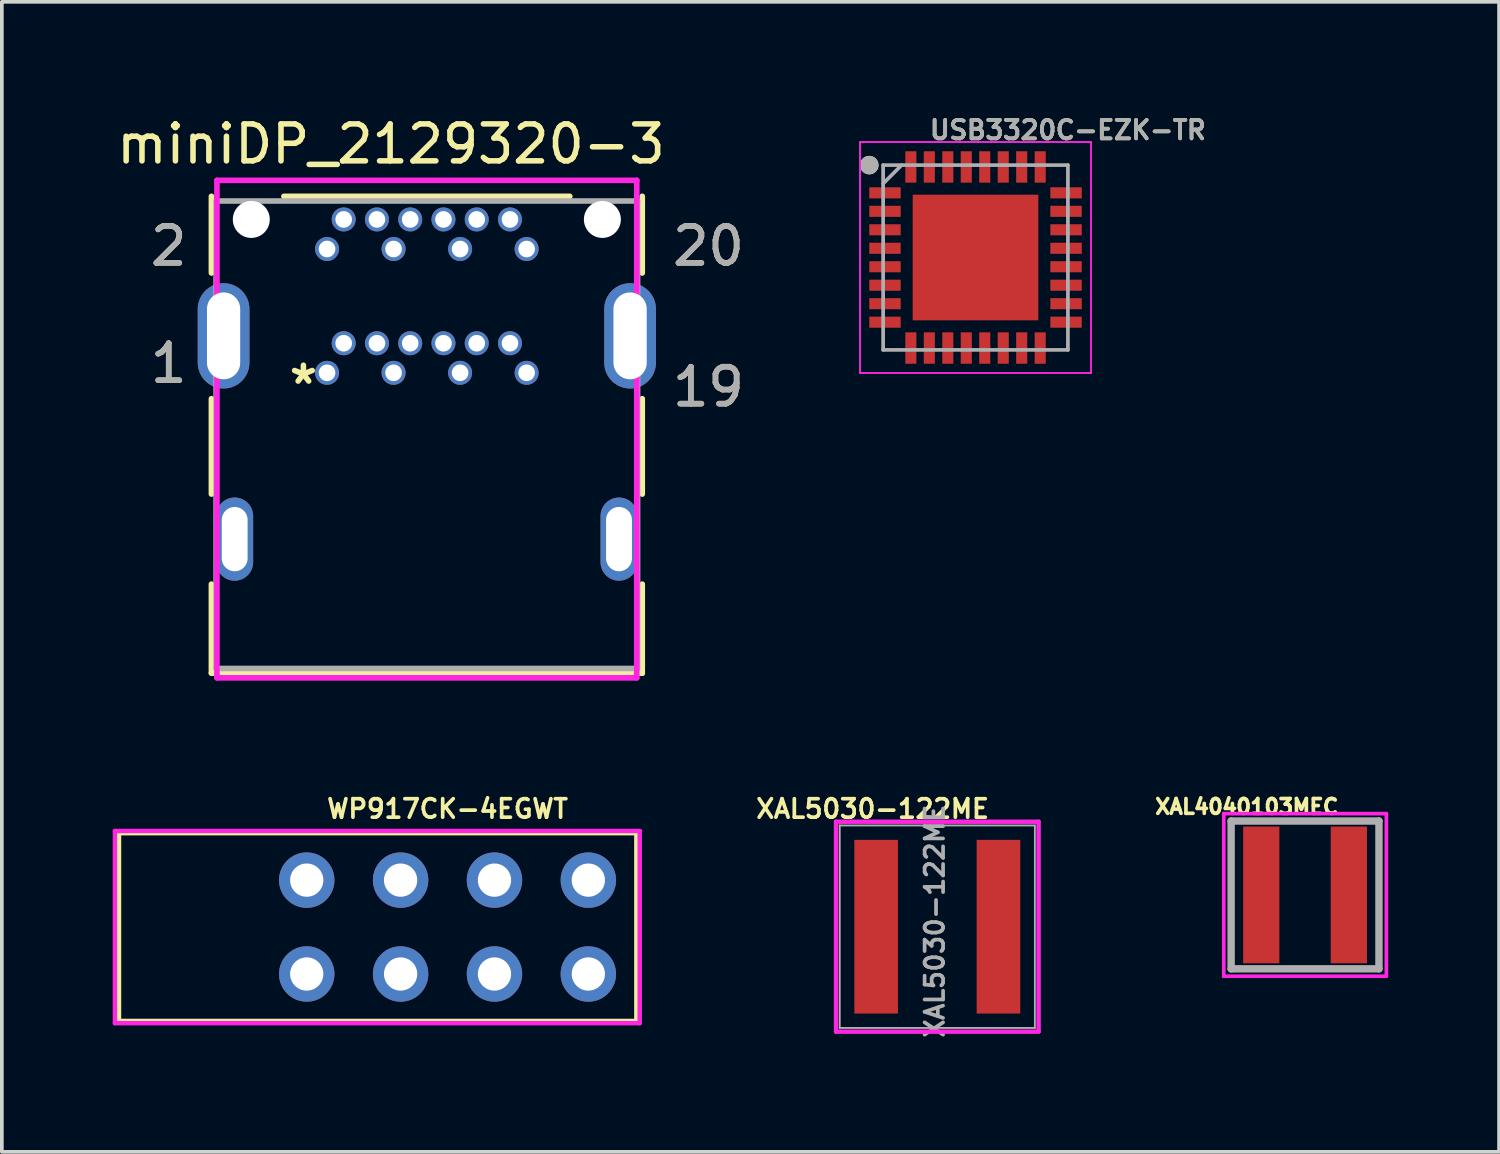
<source format=kicad_pcb>
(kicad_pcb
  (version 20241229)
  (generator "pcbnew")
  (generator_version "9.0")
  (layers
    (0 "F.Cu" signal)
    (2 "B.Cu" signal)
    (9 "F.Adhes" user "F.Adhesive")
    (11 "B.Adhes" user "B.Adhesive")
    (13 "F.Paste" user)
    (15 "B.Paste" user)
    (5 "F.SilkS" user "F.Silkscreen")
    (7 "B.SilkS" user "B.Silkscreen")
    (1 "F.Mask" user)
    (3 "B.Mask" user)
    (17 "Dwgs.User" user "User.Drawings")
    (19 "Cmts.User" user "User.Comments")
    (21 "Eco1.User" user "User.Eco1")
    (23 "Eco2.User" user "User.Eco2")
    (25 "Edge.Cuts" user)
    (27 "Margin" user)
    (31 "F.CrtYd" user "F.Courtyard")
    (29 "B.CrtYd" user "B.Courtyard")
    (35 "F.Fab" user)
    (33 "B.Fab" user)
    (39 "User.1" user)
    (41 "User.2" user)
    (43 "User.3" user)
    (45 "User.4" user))
  (footprint "WP917CK-4EGWT"
    (layer "F.Cu")
    (at 9.06 22.036)
    (property "Reference" "WP917CK-4EGWT" (at 0 -3.2 0) (layer "F.SilkS") (effects (font (size 0.5 0.5) (thickness 0.1))))
    (attr through_hole)
    (fp_line (start -8.89 -2.54) (end 5.11 -2.54) (stroke (width 0.12) (type solid)) (layer "F.SilkS"))
    (fp_line (start -8.89 2.54) (end -8.89 -2.54) (stroke (width 0.12) (type solid)) (layer "F.SilkS"))
    (fp_line (start -8.89 2.54) (end 5.11 2.54) (stroke (width 0.12) (type solid)) (layer "F.SilkS"))
    (fp_line (start 5.11 -2.54) (end 5.11 2.54) (stroke (width 0.12) (type solid)) (layer "F.SilkS"))
    (fp_line (start -9 -2.6) (end 5.2 -2.6) (stroke (width 0.12) (type solid)) (layer "F.CrtYd"))
    (fp_line (start -9 2.6) (end -9 -2.6) (stroke (width 0.12) (type solid)) (layer "F.CrtYd"))
    (fp_line (start 5.2 -2.6) (end 5.2 2.6) (stroke (width 0.12) (type solid)) (layer "F.CrtYd"))
    (fp_line (start 5.2 2.6) (end -9 2.6) (stroke (width 0.12) (type solid)) (layer "F.CrtYd"))
    (pad "1" thru_hole circle (at 3.81 1.27) (size 1.5 1.5) (drill 0.9) (layers "*.Cu" "*.Mask"))
    (pad "2" thru_hole circle (at 3.81 -1.27) (size 1.5 1.5) (drill 0.9) (layers "*.Cu" "*.Mask"))
    (pad "3" thru_hole circle (at 1.27 1.27) (size 1.5 1.5) (drill 0.9) (layers "*.Cu" "*.Mask"))
    (pad "4" thru_hole circle (at 1.27 -1.27) (size 1.5 1.5) (drill 0.9) (layers "*.Cu" "*.Mask"))
    (pad "5" thru_hole circle (at -1.27 1.27) (size 1.5 1.5) (drill 0.9) (layers "*.Cu" "*.Mask"))
    (pad "6" thru_hole circle (at -1.27 -1.27) (size 1.5 1.5) (drill 0.9) (layers "*.Cu" "*.Mask"))
    (pad "7" thru_hole circle (at -3.81 1.27) (size 1.5 1.5) (drill 0.9) (layers "*.Cu" "*.Mask"))
    (pad "8" thru_hole circle (at -3.81 -1.27) (size 1.5 1.5) (drill 0.9) (layers "*.Cu" "*.Mask")))
  (footprint "XAL5030-122ME"
    (layer "F.Cu")
    (at 22.313 22.026)
    (property "Reference" "XAL5030-122ME" (at -1.75 -3.19 0) (layer "F.SilkS") (effects (font (size 0.5 0.5) (thickness 0.1))))
    (attr through_hole)
    (fp_line (start -2.74 -2.84) (end 2.74 -2.84) (stroke (width 0.12) (type solid)) (layer "F.CrtYd"))
    (fp_line (start -2.74 2.84) (end -2.74 -2.84) (stroke (width 0.12) (type solid)) (layer "F.CrtYd"))
    (fp_line (start 2.74 -2.84) (end 2.74 2.84) (stroke (width 0.12) (type solid)) (layer "F.CrtYd"))
    (fp_line (start 2.74 2.84) (end -2.74 2.84) (stroke (width 0.12) (type solid)) (layer "F.CrtYd"))
    (fp_line (start -2.64 -2.74) (end 2.64 -2.74) (stroke (width 0.05) (type solid)) (layer "F.Fab"))
    (fp_line (start -2.64 2.74) (end -2.64 -2.74) (stroke (width 0.05) (type solid)) (layer "F.Fab"))
    (fp_line (start 2.64 -2.74) (end 2.64 2.74) (stroke (width 0.05) (type solid)) (layer "F.Fab"))
    (fp_line (start 2.64 2.74) (end -2.64 2.74) (stroke (width 0.05) (type solid)) (layer "F.Fab"))
    (fp_text user "${REFERENCE}" (at -0.07 -0.15 90) (layer "F.Fab") (effects (font (size 0.5 0.5) (thickness 0.1))))
    (pad "1" smd rect (at -1.655 0) (size 1.18 4.7) (layers "F.Cu" "F.Mask" "F.Paste"))
    (pad "2" smd rect (at 1.655 0) (size 1.18 4.7) (layers "F.Cu" "F.Mask" "F.Paste")))
  (footprint "USB3320C-EZK-TR"
    (layer "F.Cu")
    (at 23.347 3.918)
    (property "Reference" "USB3320C-EZK-TR" (at 2.5 -3.45 0) (layer "F.SilkS") (effects (font (size 0.5 0.5) (thickness 0.1))))
    (attr smd)
    (fp_circle (center -2.875 -2.5) (end -2.875 -2.375) (stroke (width 0.25) (type solid)) (fill no) (layer "F.SilkS"))
    (fp_line (start -3.125 -3.125) (end 3.125 -3.125) (stroke (width 0.05) (type solid)) (layer "F.CrtYd"))
    (fp_line (start -3.125 3.125) (end -3.125 -3.125) (stroke (width 0.05) (type solid)) (layer "F.CrtYd"))
    (fp_line (start 3.125 -3.125) (end 3.125 3.125) (stroke (width 0.05) (type solid)) (layer "F.CrtYd"))
    (fp_line (start 3.125 3.125) (end -3.125 3.125) (stroke (width 0.05) (type solid)) (layer "F.CrtYd"))
    (fp_line (start -2.5 -2.5) (end 2.5 -2.5) (stroke (width 0.1) (type solid)) (layer "F.Fab"))
    (fp_line (start -2.5 -2) (end -2 -2.5) (stroke (width 0.1) (type solid)) (layer "F.Fab"))
    (fp_line (start -2.5 2.5) (end -2.5 -2.5) (stroke (width 0.1) (type solid)) (layer "F.Fab"))
    (fp_line (start 2.5 -2.5) (end 2.5 2.5) (stroke (width 0.1) (type solid)) (layer "F.Fab"))
    (fp_line (start 2.5 2.5) (end -2.5 2.5) (stroke (width 0.1) (type solid)) (layer "F.Fab"))
    (fp_circle (center -2.875 -2.5) (end -2.75 -2.5) (stroke (width 0.25) (type solid)) (fill no) (layer "F.Fab"))
    (fp_text user "${REFERENCE}" (at 2.5 -3.45 0) (layer "F.Fab") (effects (font (size 0.5 0.5) (thickness 0.1))))
    (pad "" smd rect (at -0.9 -0.9) (size 1.5 1.5) (layers "F.Paste"))
    (pad "" smd rect (at -0.9 0.9) (size 1.5 1.5) (layers "F.Paste"))
    (pad "" smd rect (at 0.9 -0.9) (size 1.5 1.5) (layers "F.Paste"))
    (pad "" smd rect (at 0.9 0.9) (size 1.5 1.5) (layers "F.Paste"))
    (pad "1" smd rect (at -2.45 -1.75 90) (size 0.3 0.85) (layers "F.Cu" "F.Mask" "F.Paste"))
    (pad "2" smd rect (at -2.45 -1.25 90) (size 0.3 0.85) (layers "F.Cu" "F.Mask" "F.Paste"))
    (pad "3" smd rect (at -2.45 -0.75 90) (size 0.3 0.85) (layers "F.Cu" "F.Mask" "F.Paste"))
    (pad "4" smd rect (at -2.45 -0.25 90) (size 0.3 0.85) (layers "F.Cu" "F.Mask" "F.Paste"))
    (pad "5" smd rect (at -2.45 0.25 90) (size 0.3 0.85) (layers "F.Cu" "F.Mask" "F.Paste"))
    (pad "6" smd rect (at -2.45 0.75 90) (size 0.3 0.85) (layers "F.Cu" "F.Mask" "F.Paste"))
    (pad "7" smd rect (at -2.45 1.25 90) (size 0.3 0.85) (layers "F.Cu" "F.Mask" "F.Paste"))
    (pad "8" smd rect (at -2.45 1.75 90) (size 0.3 0.85) (layers "F.Cu" "F.Mask" "F.Paste"))
    (pad "9" smd rect (at -1.75 2.45) (size 0.3 0.85) (layers "F.Cu" "F.Mask" "F.Paste"))
    (pad "10" smd rect (at -1.25 2.45) (size 0.3 0.85) (layers "F.Cu" "F.Mask" "F.Paste"))
    (pad "11" smd rect (at -0.75 2.45) (size 0.3 0.85) (layers "F.Cu" "F.Mask" "F.Paste"))
    (pad "12" smd rect (at -0.25 2.45) (size 0.3 0.85) (layers "F.Cu" "F.Mask" "F.Paste"))
    (pad "13" smd rect (at 0.25 2.45) (size 0.3 0.85) (layers "F.Cu" "F.Mask" "F.Paste"))
    (pad "14" smd rect (at 0.75 2.45) (size 0.3 0.85) (layers "F.Cu" "F.Mask" "F.Paste"))
    (pad "15" smd rect (at 1.25 2.45) (size 0.3 0.85) (layers "F.Cu" "F.Mask" "F.Paste"))
    (pad "16" smd rect (at 1.75 2.45) (size 0.3 0.85) (layers "F.Cu" "F.Mask" "F.Paste"))
    (pad "17" smd rect (at 2.45 1.75 90) (size 0.3 0.85) (layers "F.Cu" "F.Mask" "F.Paste"))
    (pad "18" smd rect (at 2.45 1.25 90) (size 0.3 0.85) (layers "F.Cu" "F.Mask" "F.Paste"))
    (pad "19" smd rect (at 2.45 0.75 90) (size 0.3 0.85) (layers "F.Cu" "F.Mask" "F.Paste"))
    (pad "20" smd rect (at 2.45 0.25 90) (size 0.3 0.85) (layers "F.Cu" "F.Mask" "F.Paste"))
    (pad "21" smd rect (at 2.45 -0.25 90) (size 0.3 0.85) (layers "F.Cu" "F.Mask" "F.Paste"))
    (pad "22" smd rect (at 2.45 -0.75 90) (size 0.3 0.85) (layers "F.Cu" "F.Mask" "F.Paste"))
    (pad "23" smd rect (at 2.45 -1.25 90) (size 0.3 0.85) (layers "F.Cu" "F.Mask" "F.Paste"))
    (pad "24" smd rect (at 2.45 -1.75 90) (size 0.3 0.85) (layers "F.Cu" "F.Mask" "F.Paste"))
    (pad "25" smd rect (at 1.75 -2.45) (size 0.3 0.85) (layers "F.Cu" "F.Mask" "F.Paste"))
    (pad "26" smd rect (at 1.25 -2.45) (size 0.3 0.85) (layers "F.Cu" "F.Mask" "F.Paste"))
    (pad "27" smd rect (at 0.75 -2.45) (size 0.3 0.85) (layers "F.Cu" "F.Mask" "F.Paste"))
    (pad "28" smd rect (at 0.25 -2.45) (size 0.3 0.85) (layers "F.Cu" "F.Mask" "F.Paste"))
    (pad "29" smd rect (at -0.25 -2.45) (size 0.3 0.85) (layers "F.Cu" "F.Mask" "F.Paste"))
    (pad "30" smd rect (at -0.75 -2.45) (size 0.3 0.85) (layers "F.Cu" "F.Mask" "F.Paste"))
    (pad "31" smd rect (at -1.25 -2.45) (size 0.3 0.85) (layers "F.Cu" "F.Mask" "F.Paste"))
    (pad "32" smd rect (at -1.75 -2.45) (size 0.3 0.85) (layers "F.Cu" "F.Mask" "F.Paste"))
    (pad "33" smd rect (at 0 0) (size 3.4 3.4) (layers "F.Cu" "F.Mask")))
  (footprint "miniDP_2129320-3"
    (layer "F.Cu")
    (at 5.8 7.038)
    (property "Reference" "miniDP_2129320-3" (at 1.73 -6.19 0) (layer "F.SilkS") (effects (font (size 1 1) (thickness 0.15))))
    (attr through_hole)
    (fp_line (start -3.129 -4.776) (end -3.129 -2.701) (stroke (width 0.152) (type solid)) (layer "F.SilkS"))
    (fp_line (start -3.129 0.701) (end -3.129 3.282) (stroke (width 0.152) (type solid)) (layer "F.SilkS"))
    (fp_line (start -3.129 5.718) (end -3.129 8.127) (stroke (width 0.152) (type solid)) (layer "F.SilkS"))
    (fp_line (start -3.129 8.127) (end 8.529 8.127) (stroke (width 0.152) (type solid)) (layer "F.SilkS"))
    (fp_line (start 6.568 -4.776) (end -1.168 -4.776) (stroke (width 0.152) (type solid)) (layer "F.SilkS"))
    (fp_line (start 8.529 -2.701) (end 8.529 -4.776) (stroke (width 0.152) (type solid)) (layer "F.SilkS"))
    (fp_line (start 8.529 3.282) (end 8.529 0.701) (stroke (width 0.152) (type solid)) (layer "F.SilkS"))
    (fp_line (start 8.529 8.127) (end 8.529 5.718) (stroke (width 0.152) (type solid)) (layer "F.SilkS"))
    (fp_line (start -2.98 -5.208) (end -2.98 8.254) (stroke (width 0.152) (type solid)) (layer "F.CrtYd"))
    (fp_line (start -2.98 8.254) (end 8.38 8.254) (stroke (width 0.152) (type solid)) (layer "F.CrtYd"))
    (fp_line (start 8.38 -5.208) (end -2.98 -5.208) (stroke (width 0.152) (type solid)) (layer "F.CrtYd"))
    (fp_line (start 8.38 8.254) (end 8.38 -5.208) (stroke (width 0.152) (type solid)) (layer "F.CrtYd"))
    (fp_line (start -3.002 -4.649) (end -3.002 8) (stroke (width 0.152) (type solid)) (layer "F.Fab"))
    (fp_line (start -3.002 8) (end 8.402 8) (stroke (width 0.152) (type solid)) (layer "F.Fab"))
    (fp_line (start 8.402 -4.649) (end -3.002 -4.649) (stroke (width 0.152) (type solid)) (layer "F.Fab"))
    (fp_line (start 8.402 8) (end 8.402 -4.649) (stroke (width 0.152) (type solid)) (layer "F.Fab"))
    (fp_text user "1" (at -4.285 -0.255 0) (layer "F.SilkS") (effects (font (size 1 1) (thickness 0.15))))
    (fp_text user "19" (at 10.32 0.38 0) (layer "F.SilkS") (effects (font (size 1 1) (thickness 0.15))))
    (fp_text user "*" (at -0.64 0.34 0) (layer "F.SilkS") (effects (font (size 1 1) (thickness 0.15))))
    (fp_text user "2" (at -4.285 -3.43 0) (layer "F.SilkS") (effects (font (size 1 1) (thickness 0.15))))
    (fp_text user "20" (at 10.32 -3.43 0) (layer "F.SilkS") (effects (font (size 1 1) (thickness 0.15))))
    (fp_text user "2" (at -4.285 -3.43 0) (layer "F.Fab") (effects (font (size 1 1) (thickness 0.15))))
    (fp_text user "19" (at 10.32 0.38 0) (layer "F.Fab") (effects (font (size 1 1) (thickness 0.15))))
    (fp_text user "1" (at -4.285 -0.255 0) (layer "F.Fab") (effects (font (size 1 1) (thickness 0.15))))
    (fp_text user "20" (at 10.32 -3.43 0) (layer "F.Fab") (effects (font (size 1 1) (thickness 0.15))))
    (pad "" np_thru_hole circle (at -2.05 -4.15) (size 1 1) (drill 1) (layers "*.Cu" "*.Mask"))
    (pad "" np_thru_hole circle (at 7.45 -4.15) (size 1 1) (drill 1) (layers "*.Cu" "*.Mask"))
    (pad "1" thru_hole circle (at 0 0) (size 0.65 0.65) (drill 0.45) (layers "*.Cu" "*.Mask"))
    (pad "2" thru_hole circle (at 0 -3.35) (size 0.65 0.65) (drill 0.45) (layers "*.Cu" "*.Mask"))
    (pad "3" thru_hole circle (at 0.45 -0.8) (size 0.65 0.65) (drill 0.45) (layers "*.Cu" "*.Mask"))
    (pad "4" thru_hole circle (at 0.45 -4.15) (size 0.65 0.65) (drill 0.45) (layers "*.Cu" "*.Mask"))
    (pad "5" thru_hole circle (at 1.35 -0.8) (size 0.65 0.65) (drill 0.45) (layers "*.Cu" "*.Mask"))
    (pad "6" thru_hole circle (at 1.35 -4.15) (size 0.65 0.65) (drill 0.45) (layers "*.Cu" "*.Mask"))
    (pad "7" thru_hole circle (at 1.8 0) (size 0.65 0.65) (drill 0.45) (layers "*.Cu" "*.Mask"))
    (pad "8" thru_hole circle (at 1.8 -3.35) (size 0.65 0.65) (drill 0.45) (layers "*.Cu" "*.Mask"))
    (pad "9" thru_hole circle (at 2.25 -0.8) (size 0.65 0.65) (drill 0.45) (layers "*.Cu" "*.Mask"))
    (pad "10" thru_hole circle (at 2.25 -4.15) (size 0.65 0.65) (drill 0.45) (layers "*.Cu" "*.Mask"))
    (pad "11" thru_hole circle (at 3.15 -0.8) (size 0.65 0.65) (drill 0.45) (layers "*.Cu" "*.Mask"))
    (pad "12" thru_hole circle (at 3.15 -4.15) (size 0.65 0.65) (drill 0.45) (layers "*.Cu" "*.Mask"))
    (pad "13" thru_hole circle (at 3.6 0) (size 0.65 0.65) (drill 0.45) (layers "*.Cu" "*.Mask"))
    (pad "14" thru_hole circle (at 3.6 -3.35) (size 0.65 0.65) (drill 0.45) (layers "*.Cu" "*.Mask"))
    (pad "15" thru_hole circle (at 4.05 -0.8) (size 0.65 0.65) (drill 0.45) (layers "*.Cu" "*.Mask"))
    (pad "16" thru_hole circle (at 4.05 -4.15) (size 0.65 0.65) (drill 0.45) (layers "*.Cu" "*.Mask"))
    (pad "17" thru_hole circle (at 4.95 -0.8) (size 0.65 0.65) (drill 0.45) (layers "*.Cu" "*.Mask"))
    (pad "18" thru_hole circle (at 4.95 -4.15) (size 0.65 0.65) (drill 0.45) (layers "*.Cu" "*.Mask"))
    (pad "19" thru_hole circle (at 5.4 0) (size 0.65 0.65) (drill 0.45) (layers "*.Cu" "*.Mask"))
    (pad "20" thru_hole circle (at 5.4 -3.35) (size 0.65 0.65) (drill 0.45) (layers "*.Cu" "*.Mask"))
    (pad "21" thru_hole oval (at -2.5 4.5) (size 1 2.25) (drill oval 0.7 1.74) (layers "*.Cu" "*.Mask"))
    (pad "22" thru_hole oval (at 7.9 4.5) (size 1 2.25) (drill oval 0.7 1.74) (layers "*.Cu" "*.Mask"))
    (pad "23" thru_hole oval (at -2.8 -1) (size 1.4 2.85) (drill oval 0.9 2.35) (layers "*.Cu" "*.Mask"))
    (pad "24" thru_hole oval (at 8.2 -1) (size 1.4 2.85) (drill oval 0.9 2.35) (layers "*.Cu" "*.Mask")))
  (footprint "XAL4040103MEC"
    (layer "F.Cu")
    (at 32.264 21.166)
    (property "Reference" "XAL4040103MEC" (at -1.575 -2.388 0) (layer "F.SilkS") (effects (font (size 0.4 0.4) (thickness 0.1))))
    (attr smd)
    (fp_line (start -2 -2) (end -2 2) (stroke (width 0.1) (type solid)) (layer "F.SilkS"))
    (fp_line (start -0.2 -2) (end 0.2 -2) (stroke (width 0.1) (type solid)) (layer "F.SilkS"))
    (fp_line (start -0.2 2) (end 0.2 2) (stroke (width 0.1) (type solid)) (layer "F.SilkS"))
    (fp_line (start 2 -2) (end 2 2) (stroke (width 0.1) (type solid)) (layer "F.SilkS"))
    (fp_line (start -2.2 -2.2) (end 2.2 -2.2) (stroke (width 0.1) (type solid)) (layer "F.CrtYd"))
    (fp_line (start -2.2 2.2) (end -2.2 -2.2) (stroke (width 0.1) (type solid)) (layer "F.CrtYd"))
    (fp_line (start 2.2 -2.2) (end 2.2 2.2) (stroke (width 0.1) (type solid)) (layer "F.CrtYd"))
    (fp_line (start 2.2 2.2) (end -2.2 2.2) (stroke (width 0.1) (type solid)) (layer "F.CrtYd"))
    (fp_line (start -2 -2) (end 2 -2) (stroke (width 0.2) (type solid)) (layer "F.Fab"))
    (fp_line (start -2 2) (end -2 -2) (stroke (width 0.2) (type solid)) (layer "F.Fab"))
    (fp_line (start 2 -2) (end 2 2) (stroke (width 0.2) (type solid)) (layer "F.Fab"))
    (fp_line (start 2 2) (end -2 2) (stroke (width 0.2) (type solid)) (layer "F.Fab"))
    (pad "1" smd rect (at -1.185 0) (size 0.98 3.7) (layers "F.Cu" "F.Mask" "F.Paste"))
    (pad "2" smd rect (at 1.185 0) (size 0.98 3.7) (layers "F.Cu" "F.Mask" "F.Paste")))
  (gr_rect
    (start -3 -3)
    (end 37.514 28.119)
    (stroke (width 0.1) (type default))
    (fill no)
    (layer "Edge.Cuts")))
</source>
